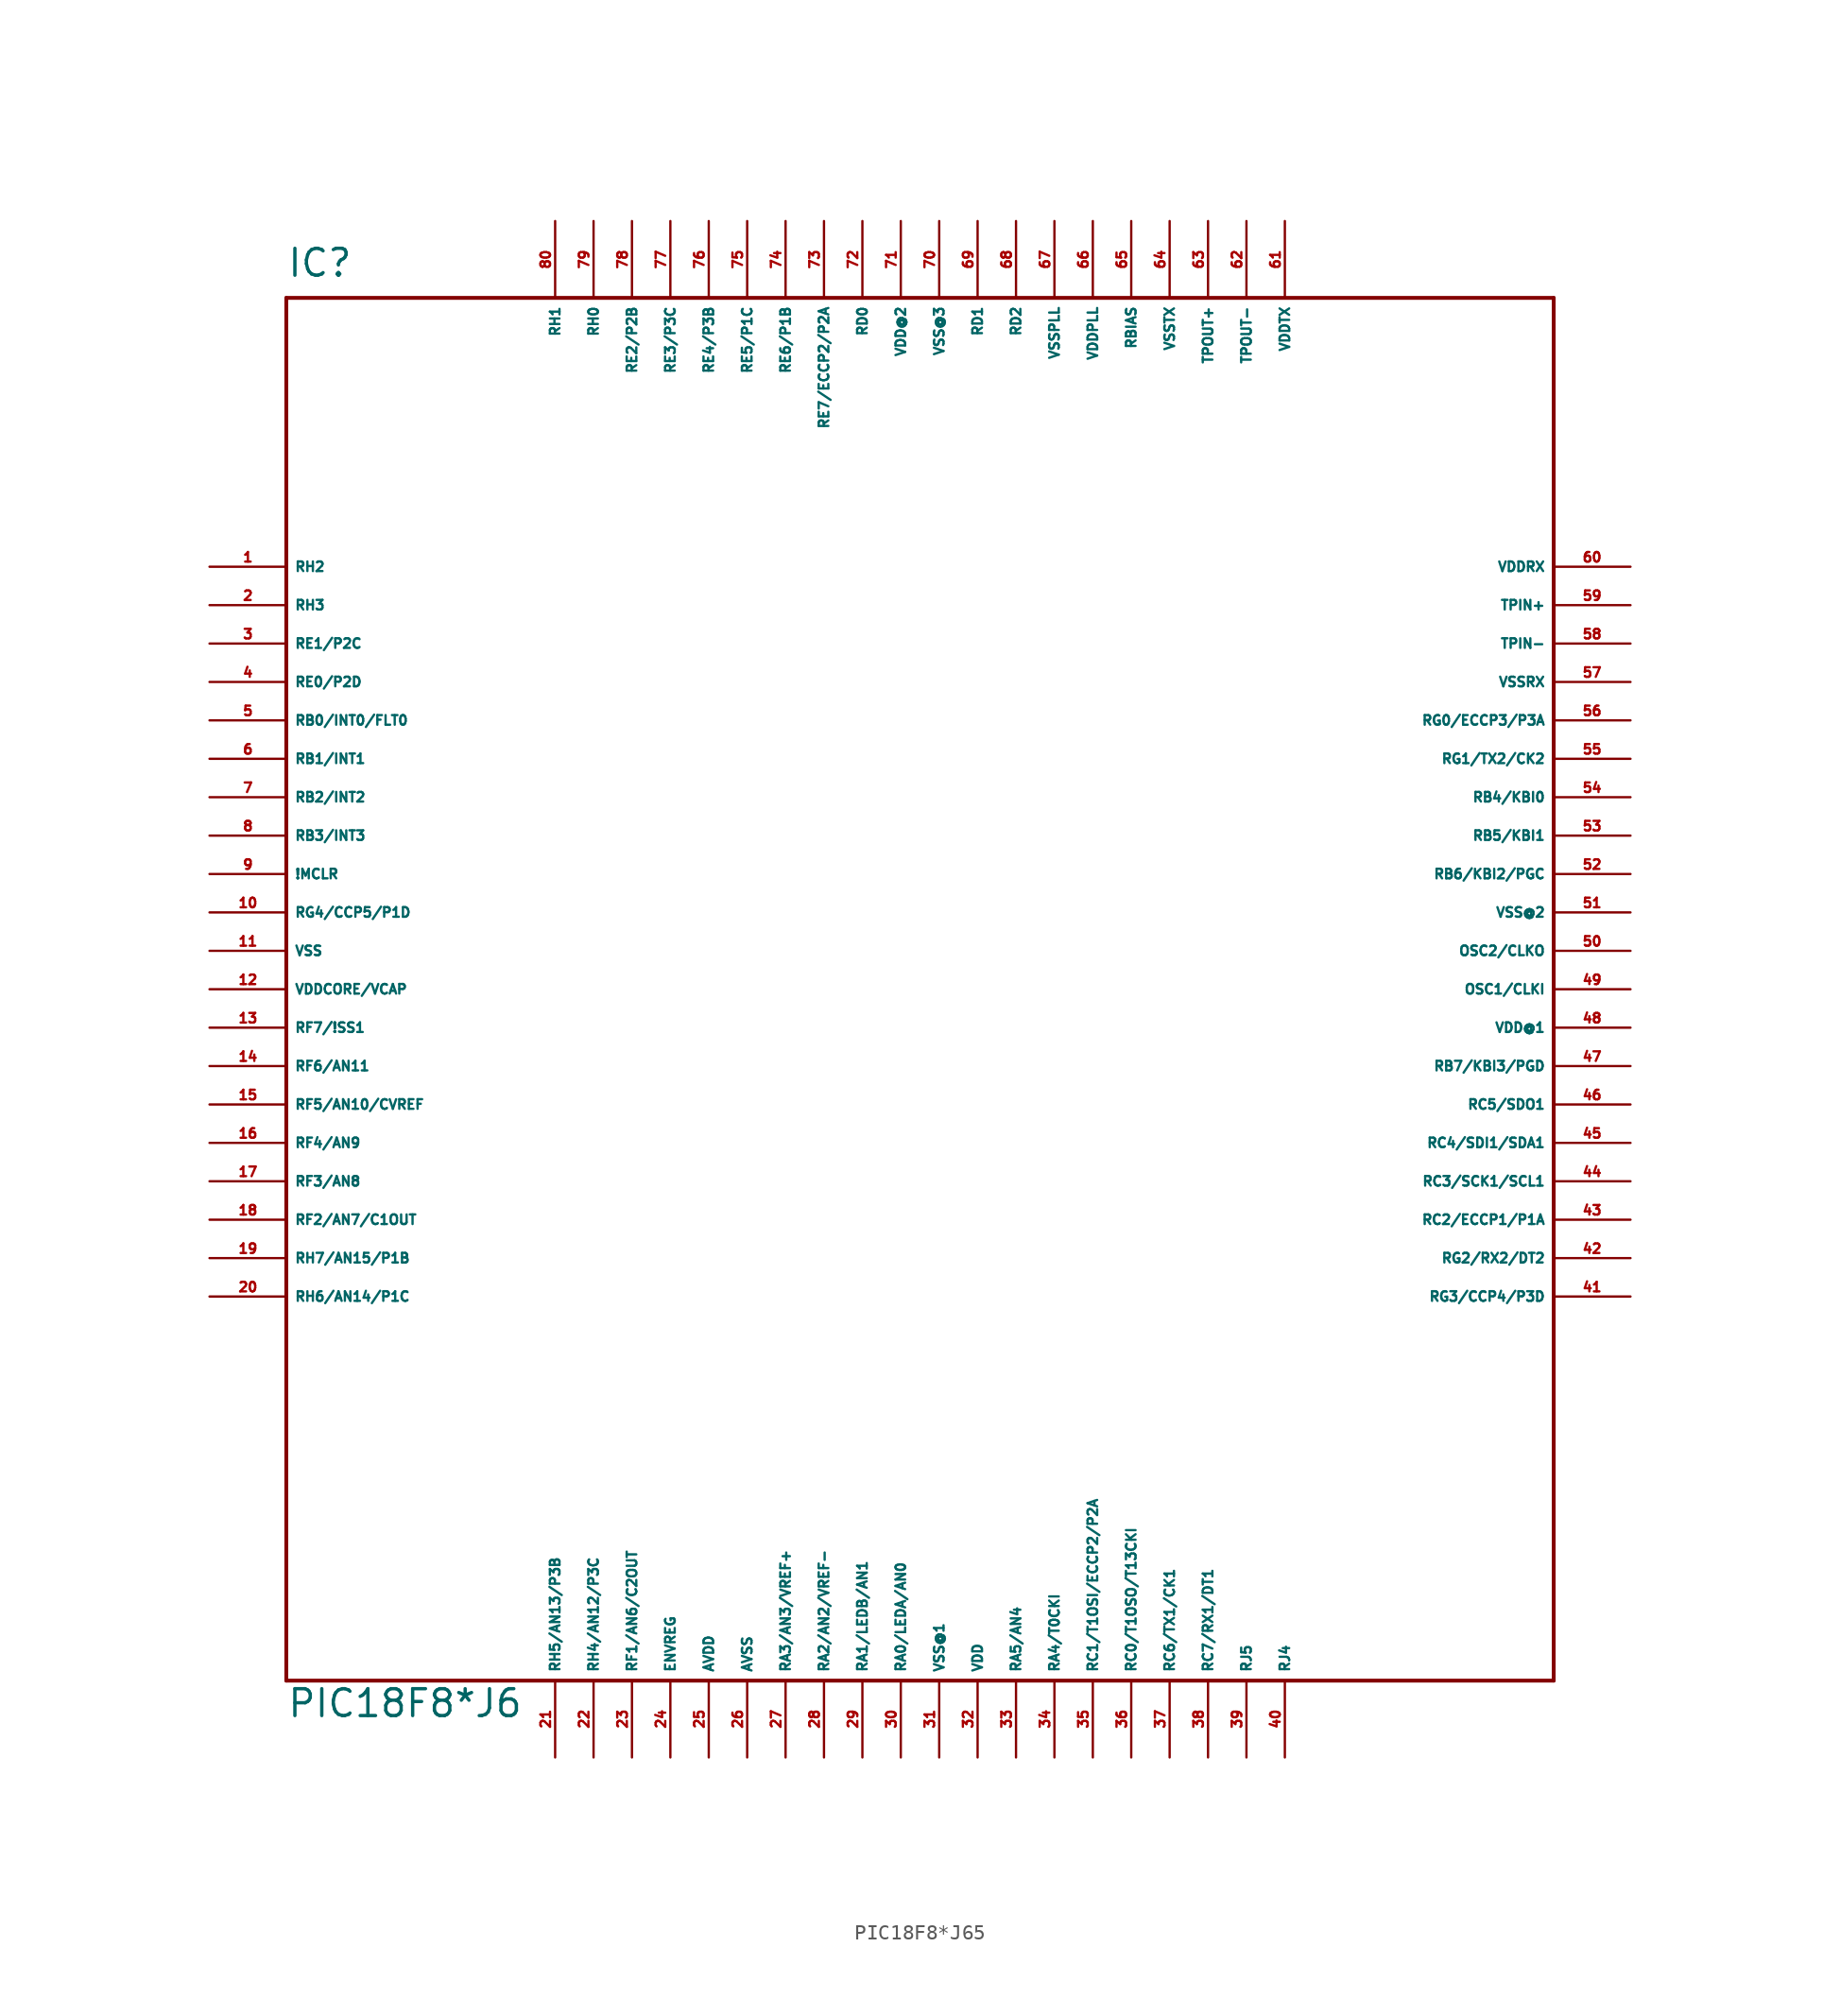
<source format=kicad_sym>
(kicad_symbol_lib
  (version 20220914)
  (generator Eagle2Kicad)
  (symbol "PIC18F8*J65"
    (property "Reference" "IC"
      (at -43.18 44.45 0)
      (effects (font (size 1.778 1.778) (thickness 0.22)) (justify left bottom)))
    (property "Value" "PIC18F8*J6"
      (at -43.18 -50.8 0)
      (effects (font (size 1.778 1.778) (thickness 0.22)) (justify left bottom)))
    (polyline
      (pts (xy -43.18 -48.26) (xy 40.64 -48.26))
      (stroke (width 0.254) (type default))
      (fill (type none)))
    (polyline
      (pts (xy 40.64 -48.26) (xy 40.64 43.18))
      (stroke (width 0.254) (type default))
      (fill (type none)))
    (polyline
      (pts (xy 40.64 43.18) (xy -43.18 43.18))
      (stroke (width 0.254) (type default))
      (fill (type none)))
    (polyline
      (pts (xy -43.18 43.18) (xy -43.18 -48.26))
      (stroke (width 0.254) (type default))
      (fill (type none)))
    (pin bidirectional line
      (at -48.26 25.4 0)
      (length 5.08)
      (name "RH2" (effects (font (size 0.635 0.635) (thickness 0.08)) (justify left bottom)))
      (number "1" (effects (font (size 0.635 0.635) (thickness 0.08)) (justify left bottom))))
    (pin bidirectional line
      (at -48.26 22.86 0)
      (length 5.08)
      (name "RH3" (effects (font (size 0.635 0.635) (thickness 0.08)) (justify left bottom)))
      (number "2" (effects (font (size 0.635 0.635) (thickness 0.08)) (justify left bottom))))
    (pin bidirectional line
      (at -48.26 20.32 0)
      (length 5.08)
      (name "RE1/P2C" (effects (font (size 0.635 0.635) (thickness 0.08)) (justify left bottom)))
      (number "3" (effects (font (size 0.635 0.635) (thickness 0.08)) (justify left bottom))))
    (pin bidirectional line
      (at -48.26 17.78 0)
      (length 5.08)
      (name "RE0/P2D" (effects (font (size 0.635 0.635) (thickness 0.08)) (justify left bottom)))
      (number "4" (effects (font (size 0.635 0.635) (thickness 0.08)) (justify left bottom))))
    (pin bidirectional line
      (at -48.26 15.24 0)
      (length 5.08)
      (name "RB0/INT0/FLT0" (effects (font (size 0.635 0.635) (thickness 0.08)) (justify left bottom)))
      (number "5" (effects (font (size 0.635 0.635) (thickness 0.08)) (justify left bottom))))
    (pin bidirectional line
      (at -48.26 12.7 0)
      (length 5.08)
      (name "RB1/INT1" (effects (font (size 0.635 0.635) (thickness 0.08)) (justify left bottom)))
      (number "6" (effects (font (size 0.635 0.635) (thickness 0.08)) (justify left bottom))))
    (pin bidirectional line
      (at -48.26 10.16 0)
      (length 5.08)
      (name "RB2/INT2" (effects (font (size 0.635 0.635) (thickness 0.08)) (justify left bottom)))
      (number "7" (effects (font (size 0.635 0.635) (thickness 0.08)) (justify left bottom))))
    (pin bidirectional line
      (at -48.26 7.62 0)
      (length 5.08)
      (name "RB3/INT3" (effects (font (size 0.635 0.635) (thickness 0.08)) (justify left bottom)))
      (number "8" (effects (font (size 0.635 0.635) (thickness 0.08)) (justify left bottom))))
    (pin input line
      (at -48.26 5.08 0)
      (length 5.08)
      (name "!MCLR" (effects (font (size 0.635 0.635) (thickness 0.08)) (justify left bottom)))
      (number "9" (effects (font (size 0.635 0.635) (thickness 0.08)) (justify left bottom))))
    (pin bidirectional line
      (at -48.26 2.54 0)
      (length 5.08)
      (name "RG4/CCP5/P1D" (effects (font (size 0.635 0.635) (thickness 0.08)) (justify left bottom)))
      (number "10" (effects (font (size 0.635 0.635) (thickness 0.08)) (justify left bottom))))
    (pin unspecified line
      (at -48.26 0 0)
      (length 5.08)
      (name "VSS" (effects (font (size 0.635 0.635) (thickness 0.08)) (justify left bottom)))
      (number "11" (effects (font (size 0.635 0.635) (thickness 0.08)) (justify left bottom))))
    (pin input line
      (at -48.26 -2.54 0)
      (length 5.08)
      (name "VDDCORE/VCAP" (effects (font (size 0.635 0.635) (thickness 0.08)) (justify left bottom)))
      (number "12" (effects (font (size 0.635 0.635) (thickness 0.08)) (justify left bottom))))
    (pin bidirectional line
      (at -48.26 -5.08 0)
      (length 5.08)
      (name "RF7/!SS1" (effects (font (size 0.635 0.635) (thickness 0.08)) (justify left bottom)))
      (number "13" (effects (font (size 0.635 0.635) (thickness 0.08)) (justify left bottom))))
    (pin bidirectional line
      (at -48.26 -7.62 0)
      (length 5.08)
      (name "RF6/AN11" (effects (font (size 0.635 0.635) (thickness 0.08)) (justify left bottom)))
      (number "14" (effects (font (size 0.635 0.635) (thickness 0.08)) (justify left bottom))))
    (pin bidirectional line
      (at -48.26 -10.16 0)
      (length 5.08)
      (name "RF5/AN10/CVREF" (effects (font (size 0.635 0.635) (thickness 0.08)) (justify left bottom)))
      (number "15" (effects (font (size 0.635 0.635) (thickness 0.08)) (justify left bottom))))
    (pin bidirectional line
      (at -48.26 -12.7 0)
      (length 5.08)
      (name "RF4/AN9" (effects (font (size 0.635 0.635) (thickness 0.08)) (justify left bottom)))
      (number "16" (effects (font (size 0.635 0.635) (thickness 0.08)) (justify left bottom))))
    (pin bidirectional line
      (at -48.26 -15.24 0)
      (length 5.08)
      (name "RF3/AN8" (effects (font (size 0.635 0.635) (thickness 0.08)) (justify left bottom)))
      (number "17" (effects (font (size 0.635 0.635) (thickness 0.08)) (justify left bottom))))
    (pin bidirectional line
      (at -48.26 -17.78 0)
      (length 5.08)
      (name "RF2/AN7/C1OUT" (effects (font (size 0.635 0.635) (thickness 0.08)) (justify left bottom)))
      (number "18" (effects (font (size 0.635 0.635) (thickness 0.08)) (justify left bottom))))
    (pin bidirectional line
      (at -48.26 -20.32 0)
      (length 5.08)
      (name "RH7/AN15/P1B" (effects (font (size 0.635 0.635) (thickness 0.08)) (justify left bottom)))
      (number "19" (effects (font (size 0.635 0.635) (thickness 0.08)) (justify left bottom))))
    (pin bidirectional line
      (at -48.26 -22.86 0)
      (length 5.08)
      (name "RH6/AN14/P1C" (effects (font (size 0.635 0.635) (thickness 0.08)) (justify left bottom)))
      (number "20" (effects (font (size 0.635 0.635) (thickness 0.08)) (justify left bottom))))
    (pin bidirectional line
      (at -25.4 -53.34 90)
      (length 5.08)
      (name "RH5/AN13/P3B" (effects (font (size 0.635 0.635) (thickness 0.08)) (justify left bottom)))
      (number "21" (effects (font (size 0.635 0.635) (thickness 0.08)) (justify left bottom))))
    (pin bidirectional line
      (at -22.86 -53.34 90)
      (length 5.08)
      (name "RH4/AN12/P3C" (effects (font (size 0.635 0.635) (thickness 0.08)) (justify left bottom)))
      (number "22" (effects (font (size 0.635 0.635) (thickness 0.08)) (justify left bottom))))
    (pin bidirectional line
      (at -20.32 -53.34 90)
      (length 5.08)
      (name "RF1/AN6/C2OUT" (effects (font (size 0.635 0.635) (thickness 0.08)) (justify left bottom)))
      (number "23" (effects (font (size 0.635 0.635) (thickness 0.08)) (justify left bottom))))
    (pin input line
      (at -17.78 -53.34 90)
      (length 5.08)
      (name "ENVREG" (effects (font (size 0.635 0.635) (thickness 0.08)) (justify left bottom)))
      (number "24" (effects (font (size 0.635 0.635) (thickness 0.08)) (justify left bottom))))
    (pin input line
      (at -15.24 -53.34 90)
      (length 5.08)
      (name "AVDD" (effects (font (size 0.635 0.635) (thickness 0.08)) (justify left bottom)))
      (number "25" (effects (font (size 0.635 0.635) (thickness 0.08)) (justify left bottom))))
    (pin input line
      (at -12.7 -53.34 90)
      (length 5.08)
      (name "AVSS" (effects (font (size 0.635 0.635) (thickness 0.08)) (justify left bottom)))
      (number "26" (effects (font (size 0.635 0.635) (thickness 0.08)) (justify left bottom))))
    (pin bidirectional line
      (at -10.16 -53.34 90)
      (length 5.08)
      (name "RA3/AN3/VREF+" (effects (font (size 0.635 0.635) (thickness 0.08)) (justify left bottom)))
      (number "27" (effects (font (size 0.635 0.635) (thickness 0.08)) (justify left bottom))))
    (pin bidirectional line
      (at -7.62 -53.34 90)
      (length 5.08)
      (name "RA2/AN2/VREF-" (effects (font (size 0.635 0.635) (thickness 0.08)) (justify left bottom)))
      (number "28" (effects (font (size 0.635 0.635) (thickness 0.08)) (justify left bottom))))
    (pin bidirectional line
      (at -5.08 -53.34 90)
      (length 5.08)
      (name "RA1/LEDB/AN1" (effects (font (size 0.635 0.635) (thickness 0.08)) (justify left bottom)))
      (number "29" (effects (font (size 0.635 0.635) (thickness 0.08)) (justify left bottom))))
    (pin bidirectional line
      (at -2.54 -53.34 90)
      (length 5.08)
      (name "RA0/LEDA/AN0" (effects (font (size 0.635 0.635) (thickness 0.08)) (justify left bottom)))
      (number "30" (effects (font (size 0.635 0.635) (thickness 0.08)) (justify left bottom))))
    (pin unspecified line
      (at 0 -53.34 90)
      (length 5.08)
      (name "VSS@1" (effects (font (size 0.635 0.635) (thickness 0.08)) (justify left bottom)))
      (number "31" (effects (font (size 0.635 0.635) (thickness 0.08)) (justify left bottom))))
    (pin unspecified line
      (at 2.54 -53.34 90)
      (length 5.08)
      (name "VDD" (effects (font (size 0.635 0.635) (thickness 0.08)) (justify left bottom)))
      (number "32" (effects (font (size 0.635 0.635) (thickness 0.08)) (justify left bottom))))
    (pin bidirectional line
      (at 5.08 -53.34 90)
      (length 5.08)
      (name "RA5/AN4" (effects (font (size 0.635 0.635) (thickness 0.08)) (justify left bottom)))
      (number "33" (effects (font (size 0.635 0.635) (thickness 0.08)) (justify left bottom))))
    (pin bidirectional line
      (at 7.62 -53.34 90)
      (length 5.08)
      (name "RA4/T0CKI" (effects (font (size 0.635 0.635) (thickness 0.08)) (justify left bottom)))
      (number "34" (effects (font (size 0.635 0.635) (thickness 0.08)) (justify left bottom))))
    (pin bidirectional line
      (at 10.16 -53.34 90)
      (length 5.08)
      (name "RC1/T1OSI/ECCP2/P2A" (effects (font (size 0.635 0.635) (thickness 0.08)) (justify left bottom)))
      (number "35" (effects (font (size 0.635 0.635) (thickness 0.08)) (justify left bottom))))
    (pin bidirectional line
      (at 12.7 -53.34 90)
      (length 5.08)
      (name "RC0/T1OSO/T13CKI" (effects (font (size 0.635 0.635) (thickness 0.08)) (justify left bottom)))
      (number "36" (effects (font (size 0.635 0.635) (thickness 0.08)) (justify left bottom))))
    (pin bidirectional line
      (at 15.24 -53.34 90)
      (length 5.08)
      (name "RC6/TX1/CK1" (effects (font (size 0.635 0.635) (thickness 0.08)) (justify left bottom)))
      (number "37" (effects (font (size 0.635 0.635) (thickness 0.08)) (justify left bottom))))
    (pin bidirectional line
      (at 17.78 -53.34 90)
      (length 5.08)
      (name "RC7/RX1/DT1" (effects (font (size 0.635 0.635) (thickness 0.08)) (justify left bottom)))
      (number "38" (effects (font (size 0.635 0.635) (thickness 0.08)) (justify left bottom))))
    (pin bidirectional line
      (at 20.32 -53.34 90)
      (length 5.08)
      (name "RJ5" (effects (font (size 0.635 0.635) (thickness 0.08)) (justify left bottom)))
      (number "39" (effects (font (size 0.635 0.635) (thickness 0.08)) (justify left bottom))))
    (pin bidirectional line
      (at 22.86 -53.34 90)
      (length 5.08)
      (name "RJ4" (effects (font (size 0.635 0.635) (thickness 0.08)) (justify left bottom)))
      (number "40" (effects (font (size 0.635 0.635) (thickness 0.08)) (justify left bottom))))
    (pin bidirectional line
      (at 45.72 -22.86 180)
      (length 5.08)
      (name "RG3/CCP4/P3D" (effects (font (size 0.635 0.635) (thickness 0.08)) (justify left bottom)))
      (number "41" (effects (font (size 0.635 0.635) (thickness 0.08)) (justify left bottom))))
    (pin bidirectional line
      (at 45.72 -20.32 180)
      (length 5.08)
      (name "RG2/RX2/DT2" (effects (font (size 0.635 0.635) (thickness 0.08)) (justify left bottom)))
      (number "42" (effects (font (size 0.635 0.635) (thickness 0.08)) (justify left bottom))))
    (pin bidirectional line
      (at 45.72 -17.78 180)
      (length 5.08)
      (name "RC2/ECCP1/P1A" (effects (font (size 0.635 0.635) (thickness 0.08)) (justify left bottom)))
      (number "43" (effects (font (size 0.635 0.635) (thickness 0.08)) (justify left bottom))))
    (pin bidirectional line
      (at 45.72 -15.24 180)
      (length 5.08)
      (name "RC3/SCK1/SCL1" (effects (font (size 0.635 0.635) (thickness 0.08)) (justify left bottom)))
      (number "44" (effects (font (size 0.635 0.635) (thickness 0.08)) (justify left bottom))))
    (pin bidirectional line
      (at 45.72 -12.7 180)
      (length 5.08)
      (name "RC4/SDI1/SDA1" (effects (font (size 0.635 0.635) (thickness 0.08)) (justify left bottom)))
      (number "45" (effects (font (size 0.635 0.635) (thickness 0.08)) (justify left bottom))))
    (pin bidirectional line
      (at 45.72 -10.16 180)
      (length 5.08)
      (name "RC5/SDO1" (effects (font (size 0.635 0.635) (thickness 0.08)) (justify left bottom)))
      (number "46" (effects (font (size 0.635 0.635) (thickness 0.08)) (justify left bottom))))
    (pin bidirectional line
      (at 45.72 -7.62 180)
      (length 5.08)
      (name "RB7/KBI3/PGD" (effects (font (size 0.635 0.635) (thickness 0.08)) (justify left bottom)))
      (number "47" (effects (font (size 0.635 0.635) (thickness 0.08)) (justify left bottom))))
    (pin unspecified line
      (at 45.72 -5.08 180)
      (length 5.08)
      (name "VDD@1" (effects (font (size 0.635 0.635) (thickness 0.08)) (justify left bottom)))
      (number "48" (effects (font (size 0.635 0.635) (thickness 0.08)) (justify left bottom))))
    (pin input line
      (at 45.72 -2.54 180)
      (length 5.08)
      (name "OSC1/CLKI" (effects (font (size 0.635 0.635) (thickness 0.08)) (justify left bottom)))
      (number "49" (effects (font (size 0.635 0.635) (thickness 0.08)) (justify left bottom))))
    (pin output line
      (at 45.72 0 180)
      (length 5.08)
      (name "OSC2/CLKO" (effects (font (size 0.635 0.635) (thickness 0.08)) (justify left bottom)))
      (number "50" (effects (font (size 0.635 0.635) (thickness 0.08)) (justify left bottom))))
    (pin unspecified line
      (at 45.72 2.54 180)
      (length 5.08)
      (name "VSS@2" (effects (font (size 0.635 0.635) (thickness 0.08)) (justify left bottom)))
      (number "51" (effects (font (size 0.635 0.635) (thickness 0.08)) (justify left bottom))))
    (pin bidirectional line
      (at 45.72 5.08 180)
      (length 5.08)
      (name "RB6/KBI2/PGC" (effects (font (size 0.635 0.635) (thickness 0.08)) (justify left bottom)))
      (number "52" (effects (font (size 0.635 0.635) (thickness 0.08)) (justify left bottom))))
    (pin bidirectional line
      (at 45.72 7.62 180)
      (length 5.08)
      (name "RB5/KBI1" (effects (font (size 0.635 0.635) (thickness 0.08)) (justify left bottom)))
      (number "53" (effects (font (size 0.635 0.635) (thickness 0.08)) (justify left bottom))))
    (pin bidirectional line
      (at 45.72 10.16 180)
      (length 5.08)
      (name "RB4/KBI0" (effects (font (size 0.635 0.635) (thickness 0.08)) (justify left bottom)))
      (number "54" (effects (font (size 0.635 0.635) (thickness 0.08)) (justify left bottom))))
    (pin bidirectional line
      (at 45.72 12.7 180)
      (length 5.08)
      (name "RG1/TX2/CK2" (effects (font (size 0.635 0.635) (thickness 0.08)) (justify left bottom)))
      (number "55" (effects (font (size 0.635 0.635) (thickness 0.08)) (justify left bottom))))
    (pin bidirectional line
      (at 45.72 15.24 180)
      (length 5.08)
      (name "RG0/ECCP3/P3A" (effects (font (size 0.635 0.635) (thickness 0.08)) (justify left bottom)))
      (number "56" (effects (font (size 0.635 0.635) (thickness 0.08)) (justify left bottom))))
    (pin input line
      (at 45.72 17.78 180)
      (length 5.08)
      (name "VSSRX" (effects (font (size 0.635 0.635) (thickness 0.08)) (justify left bottom)))
      (number "57" (effects (font (size 0.635 0.635) (thickness 0.08)) (justify left bottom))))
    (pin input line
      (at 45.72 20.32 180)
      (length 5.08)
      (name "TPIN-" (effects (font (size 0.635 0.635) (thickness 0.08)) (justify left bottom)))
      (number "58" (effects (font (size 0.635 0.635) (thickness 0.08)) (justify left bottom))))
    (pin input line
      (at 45.72 22.86 180)
      (length 5.08)
      (name "TPIN+" (effects (font (size 0.635 0.635) (thickness 0.08)) (justify left bottom)))
      (number "59" (effects (font (size 0.635 0.635) (thickness 0.08)) (justify left bottom))))
    (pin input line
      (at 45.72 25.4 180)
      (length 5.08)
      (name "VDDRX" (effects (font (size 0.635 0.635) (thickness 0.08)) (justify left bottom)))
      (number "60" (effects (font (size 0.635 0.635) (thickness 0.08)) (justify left bottom))))
    (pin input line
      (at 22.86 48.26 270)
      (length 5.08)
      (name "VDDTX" (effects (font (size 0.635 0.635) (thickness 0.08)) (justify left bottom)))
      (number "61" (effects (font (size 0.635 0.635) (thickness 0.08)) (justify left bottom))))
    (pin output line
      (at 20.32 48.26 270)
      (length 5.08)
      (name "TPOUT-" (effects (font (size 0.635 0.635) (thickness 0.08)) (justify left bottom)))
      (number "62" (effects (font (size 0.635 0.635) (thickness 0.08)) (justify left bottom))))
    (pin output line
      (at 17.78 48.26 270)
      (length 5.08)
      (name "TPOUT+" (effects (font (size 0.635 0.635) (thickness 0.08)) (justify left bottom)))
      (number "63" (effects (font (size 0.635 0.635) (thickness 0.08)) (justify left bottom))))
    (pin input line
      (at 15.24 48.26 270)
      (length 5.08)
      (name "VSSTX" (effects (font (size 0.635 0.635) (thickness 0.08)) (justify left bottom)))
      (number "64" (effects (font (size 0.635 0.635) (thickness 0.08)) (justify left bottom))))
    (pin input line
      (at 12.7 48.26 270)
      (length 5.08)
      (name "RBIAS" (effects (font (size 0.635 0.635) (thickness 0.08)) (justify left bottom)))
      (number "65" (effects (font (size 0.635 0.635) (thickness 0.08)) (justify left bottom))))
    (pin input line
      (at 10.16 48.26 270)
      (length 5.08)
      (name "VDDPLL" (effects (font (size 0.635 0.635) (thickness 0.08)) (justify left bottom)))
      (number "66" (effects (font (size 0.635 0.635) (thickness 0.08)) (justify left bottom))))
    (pin input line
      (at 7.62 48.26 270)
      (length 5.08)
      (name "VSSPLL" (effects (font (size 0.635 0.635) (thickness 0.08)) (justify left bottom)))
      (number "67" (effects (font (size 0.635 0.635) (thickness 0.08)) (justify left bottom))))
    (pin bidirectional line
      (at 5.08 48.26 270)
      (length 5.08)
      (name "RD2" (effects (font (size 0.635 0.635) (thickness 0.08)) (justify left bottom)))
      (number "68" (effects (font (size 0.635 0.635) (thickness 0.08)) (justify left bottom))))
    (pin bidirectional line
      (at 2.54 48.26 270)
      (length 5.08)
      (name "RD1" (effects (font (size 0.635 0.635) (thickness 0.08)) (justify left bottom)))
      (number "69" (effects (font (size 0.635 0.635) (thickness 0.08)) (justify left bottom))))
    (pin unspecified line
      (at 0 48.26 270)
      (length 5.08)
      (name "VSS@3" (effects (font (size 0.635 0.635) (thickness 0.08)) (justify left bottom)))
      (number "70" (effects (font (size 0.635 0.635) (thickness 0.08)) (justify left bottom))))
    (pin unspecified line
      (at -2.54 48.26 270)
      (length 5.08)
      (name "VDD@2" (effects (font (size 0.635 0.635) (thickness 0.08)) (justify left bottom)))
      (number "71" (effects (font (size 0.635 0.635) (thickness 0.08)) (justify left bottom))))
    (pin bidirectional line
      (at -5.08 48.26 270)
      (length 5.08)
      (name "RD0" (effects (font (size 0.635 0.635) (thickness 0.08)) (justify left bottom)))
      (number "72" (effects (font (size 0.635 0.635) (thickness 0.08)) (justify left bottom))))
    (pin bidirectional line
      (at -7.62 48.26 270)
      (length 5.08)
      (name "RE7/ECCP2/P2A" (effects (font (size 0.635 0.635) (thickness 0.08)) (justify left bottom)))
      (number "73" (effects (font (size 0.635 0.635) (thickness 0.08)) (justify left bottom))))
    (pin bidirectional line
      (at -10.16 48.26 270)
      (length 5.08)
      (name "RE6/P1B" (effects (font (size 0.635 0.635) (thickness 0.08)) (justify left bottom)))
      (number "74" (effects (font (size 0.635 0.635) (thickness 0.08)) (justify left bottom))))
    (pin bidirectional line
      (at -12.7 48.26 270)
      (length 5.08)
      (name "RE5/P1C" (effects (font (size 0.635 0.635) (thickness 0.08)) (justify left bottom)))
      (number "75" (effects (font (size 0.635 0.635) (thickness 0.08)) (justify left bottom))))
    (pin bidirectional line
      (at -15.24 48.26 270)
      (length 5.08)
      (name "RE4/P3B" (effects (font (size 0.635 0.635) (thickness 0.08)) (justify left bottom)))
      (number "76" (effects (font (size 0.635 0.635) (thickness 0.08)) (justify left bottom))))
    (pin bidirectional line
      (at -17.78 48.26 270)
      (length 5.08)
      (name "RE3/P3C" (effects (font (size 0.635 0.635) (thickness 0.08)) (justify left bottom)))
      (number "77" (effects (font (size 0.635 0.635) (thickness 0.08)) (justify left bottom))))
    (pin bidirectional line
      (at -20.32 48.26 270)
      (length 5.08)
      (name "RE2/P2B" (effects (font (size 0.635 0.635) (thickness 0.08)) (justify left bottom)))
      (number "78" (effects (font (size 0.635 0.635) (thickness 0.08)) (justify left bottom))))
    (pin bidirectional line
      (at -22.86 48.26 270)
      (length 5.08)
      (name "RH0" (effects (font (size 0.635 0.635) (thickness 0.08)) (justify left bottom)))
      (number "79" (effects (font (size 0.635 0.635) (thickness 0.08)) (justify left bottom))))
    (pin bidirectional line
      (at -25.4 48.26 270)
      (length 5.08)
      (name "RH1" (effects (font (size 0.635 0.635) (thickness 0.08)) (justify left bottom)))
      (number "80" (effects (font (size 0.635 0.635) (thickness 0.08)) (justify left bottom))))))
</source>
